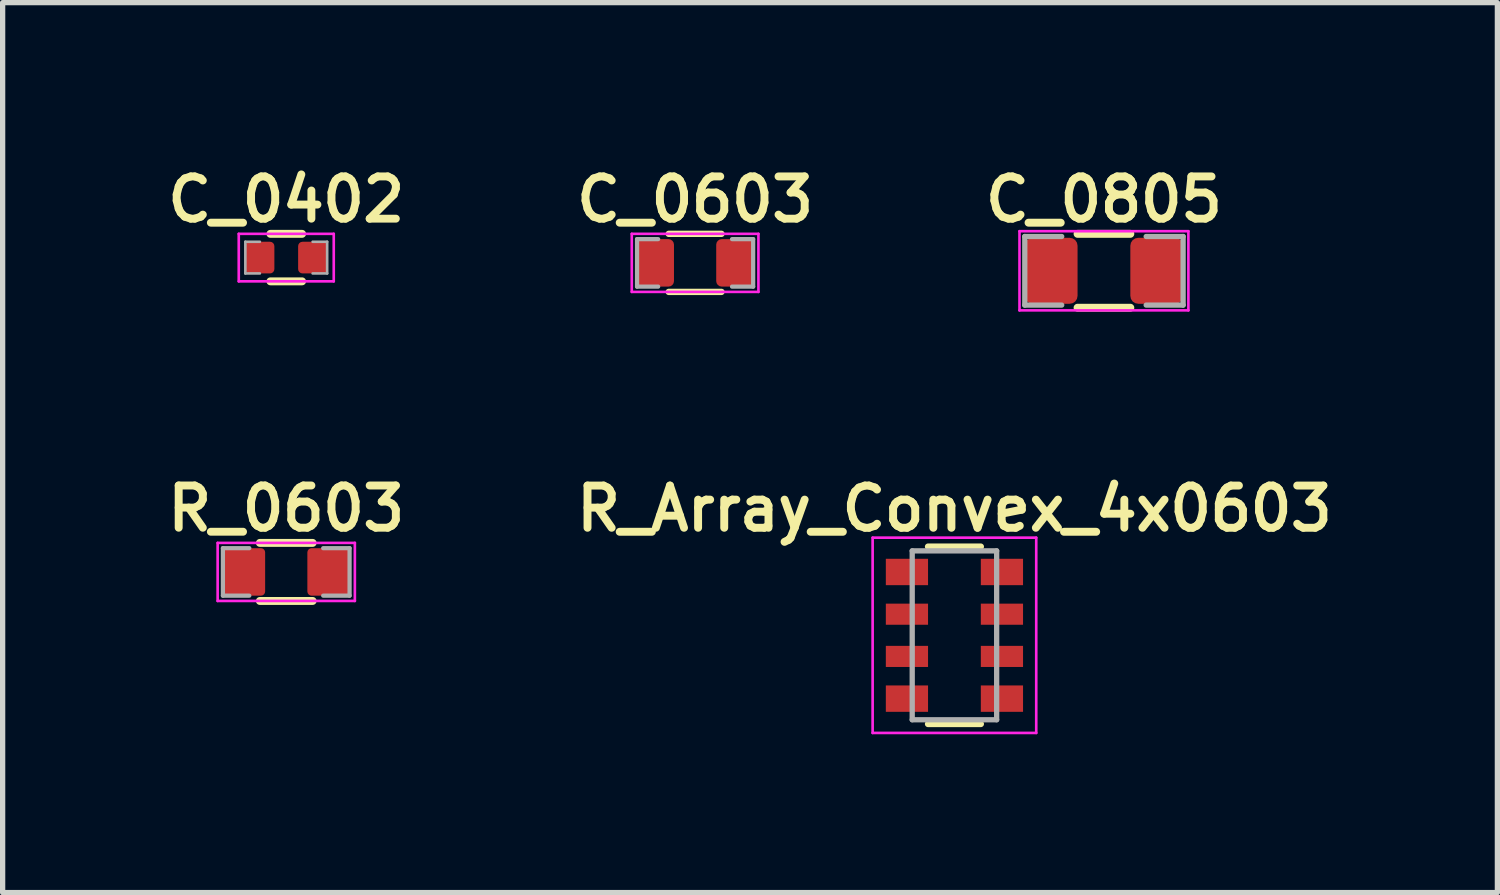
<source format=kicad_pcb>
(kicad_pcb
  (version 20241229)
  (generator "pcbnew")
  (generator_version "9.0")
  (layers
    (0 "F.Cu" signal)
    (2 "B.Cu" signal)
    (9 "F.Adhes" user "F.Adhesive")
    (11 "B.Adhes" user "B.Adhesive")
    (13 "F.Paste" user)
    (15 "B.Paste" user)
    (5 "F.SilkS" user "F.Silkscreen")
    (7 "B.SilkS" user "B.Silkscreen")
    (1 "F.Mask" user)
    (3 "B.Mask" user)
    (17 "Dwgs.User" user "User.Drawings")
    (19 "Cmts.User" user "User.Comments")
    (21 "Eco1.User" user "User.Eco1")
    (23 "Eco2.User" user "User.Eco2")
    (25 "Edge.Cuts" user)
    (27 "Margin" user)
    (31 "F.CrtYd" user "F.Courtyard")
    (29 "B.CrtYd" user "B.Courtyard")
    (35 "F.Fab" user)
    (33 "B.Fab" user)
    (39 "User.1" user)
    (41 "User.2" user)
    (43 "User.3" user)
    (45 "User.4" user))
  (footprint "C_0805"
    (layer "F.Cu")
    (at 17.868 2.081)
    (property "Reference" "C_0805" (at 0 -1.35 0) (layer "F.SilkS") (effects (font (size 0.8 0.8) (thickness 0.15))))
    (attr smd)
    (fp_line (start -0.5 0.7) (end 0.5 0.7) (stroke (width 0.15) (type solid)) (layer "F.SilkS"))
    (fp_line (start 0.5 -0.7) (end -0.5 -0.7) (stroke (width 0.15) (type solid)) (layer "F.SilkS"))
    (fp_line (start -1.6 -0.75) (end -1.6 0.75) (stroke (width 0.05) (type solid)) (layer "F.CrtYd"))
    (fp_line (start -1.6 -0.75) (end 1.6 -0.75) (stroke (width 0.05) (type solid)) (layer "F.CrtYd"))
    (fp_line (start 1.6 0.75) (end -1.6 0.75) (stroke (width 0.05) (type solid)) (layer "F.CrtYd"))
    (fp_line (start 1.6 0.75) (end 1.6 -0.75) (stroke (width 0.05) (type solid)) (layer "F.CrtYd"))
    (fp_line (start -1.5 -0.65) (end -0.8 -0.65) (stroke (width 0.1) (type solid)) (layer "F.Fab"))
    (fp_line (start -1.5 0.65) (end -1.5 -0.65) (stroke (width 0.1) (type solid)) (layer "F.Fab"))
    (fp_line (start -0.8 0.65) (end -1.5 0.65) (stroke (width 0.1) (type solid)) (layer "F.Fab"))
    (fp_line (start 0.8 -0.65) (end 1.5 -0.65) (stroke (width 0.1) (type solid)) (layer "F.Fab"))
    (fp_line (start 1.5 -0.65) (end 1.5 0.65) (stroke (width 0.1) (type solid)) (layer "F.Fab"))
    (fp_line (start 1.5 0.65) (end 0.8 0.65) (stroke (width 0.1) (type solid)) (layer "F.Fab"))
    (pad "1" smd roundrect (at -1 0) (size 1 1.25) (layers "F.Cu" "F.Mask" "F.Paste") (roundrect_rratio 0.15))
    (pad "2" smd roundrect (at 1 0) (size 1 1.25) (layers "F.Cu" "F.Mask" "F.Paste") (roundrect_rratio 0.15)))
  (footprint "C_0603"
    (layer "F.Cu")
    (at 10.121 1.931)
    (property "Reference" "C_0603" (at 0 -1.2 0) (layer "F.SilkS") (effects (font (size 0.8 0.8) (thickness 0.15))))
    (attr smd)
    (fp_line (start -0.5 -0.55) (end 0.5 -0.55) (stroke (width 0.12) (type solid)) (layer "F.SilkS"))
    (fp_line (start 0.5 0.55) (end -0.5 0.55) (stroke (width 0.12) (type solid)) (layer "F.SilkS"))
    (fp_line (start -1.2 -0.55) (end -1.2 0.55) (stroke (width 0.05) (type solid)) (layer "F.CrtYd"))
    (fp_line (start -1.2 -0.55) (end 1.2 -0.55) (stroke (width 0.05) (type solid)) (layer "F.CrtYd"))
    (fp_line (start -1.2 0.55) (end 1.2 0.55) (stroke (width 0.05) (type solid)) (layer "F.CrtYd"))
    (fp_line (start 1.2 0.55) (end 1.2 -0.55) (stroke (width 0.05) (type solid)) (layer "F.CrtYd"))
    (fp_line (start -1.1 0.45) (end -1.1 -0.45) (stroke (width 0.08) (type solid)) (layer "F.Fab"))
    (fp_line (start -0.7 -0.45) (end -1.1 -0.45) (stroke (width 0.08) (type solid)) (layer "F.Fab"))
    (fp_line (start -0.7 0.45) (end -1.1 0.45) (stroke (width 0.08) (type solid)) (layer "F.Fab"))
    (fp_line (start 0.7 -0.45) (end 1.1 -0.45) (stroke (width 0.08) (type solid)) (layer "F.Fab"))
    (fp_line (start 0.7 0.45) (end 1.1 0.45) (stroke (width 0.08) (type solid)) (layer "F.Fab"))
    (fp_line (start 1.1 -0.45) (end 1.1 0.45) (stroke (width 0.08) (type solid)) (layer "F.Fab"))
    (pad "1" smd roundrect (at -0.75 0) (size 0.7 0.9) (layers "F.Cu" "F.Mask" "F.Paste") (roundrect_rratio 0.15))
    (pad "2" smd roundrect (at 0.75 0) (size 0.7 0.9) (layers "F.Cu" "F.Mask" "F.Paste") (roundrect_rratio 0.15)))
  (footprint "C_0402"
    (layer "F.Cu")
    (at 2.374 1.831)
    (property "Reference" "C_0402" (at 0 -1.1 0) (layer "F.SilkS") (effects (font (size 0.8 0.8) (thickness 0.15))))
    (attr smd)
    (fp_line (start -0.3 0.45) (end 0.3 0.45) (stroke (width 0.15) (type solid)) (layer "F.SilkS"))
    (fp_line (start 0.3 -0.45) (end -0.3 -0.45) (stroke (width 0.15) (type solid)) (layer "F.SilkS"))
    (fp_line (start -0.9 -0.45) (end -0.9 0.45) (stroke (width 0.05) (type solid)) (layer "F.CrtYd"))
    (fp_line (start -0.9 -0.45) (end 0.9 -0.45) (stroke (width 0.05) (type solid)) (layer "F.CrtYd"))
    (fp_line (start 0.9 0.45) (end -0.9 0.45) (stroke (width 0.05) (type solid)) (layer "F.CrtYd"))
    (fp_line (start 0.9 0.45) (end 0.9 -0.45) (stroke (width 0.05) (type solid)) (layer "F.CrtYd"))
    (fp_line (start -0.775 -0.3) (end -0.775 0.3) (stroke (width 0.05) (type solid)) (layer "F.Fab"))
    (fp_line (start -0.5 -0.3) (end -0.775 -0.3) (stroke (width 0.05) (type solid)) (layer "F.Fab"))
    (fp_line (start -0.5 0.3) (end -0.775 0.3) (stroke (width 0.05) (type solid)) (layer "F.Fab"))
    (fp_line (start 0.5 -0.3) (end 0.775 -0.3) (stroke (width 0.05) (type solid)) (layer "F.Fab"))
    (fp_line (start 0.5 0.3) (end 0.775 0.3) (stroke (width 0.05) (type solid)) (layer "F.Fab"))
    (fp_line (start 0.775 0.3) (end 0.775 -0.3) (stroke (width 0.05) (type solid)) (layer "F.Fab"))
    (pad "1" smd roundrect (at -0.5 0) (size 0.55 0.6) (layers "F.Cu" "F.Mask" "F.Paste") (roundrect_rratio 0.15))
    (pad "2" smd roundrect (at 0.5 0) (size 0.55 0.6) (layers "F.Cu" "F.Mask" "F.Paste") (roundrect_rratio 0.15)))
  (footprint "R_Array_Convex_4x0603"
    (layer "F.Cu")
    (at 15.035 8.988)
    (property "Reference" "R_Array_Convex_4x0603" (at 0 -2.4 0) (layer "F.SilkS") (effects (font (size 0.8 0.8) (thickness 0.15))))
    (attr smd)
    (fp_line (start 0.5 -1.68) (end -0.5 -1.68) (stroke (width 0.12) (type solid)) (layer "F.SilkS"))
    (fp_line (start 0.5 1.68) (end -0.5 1.68) (stroke (width 0.12) (type solid)) (layer "F.SilkS"))
    (fp_line (start -1.55 -1.85) (end -1.55 1.85) (stroke (width 0.05) (type solid)) (layer "F.CrtYd"))
    (fp_line (start -1.55 -1.85) (end 1.55 -1.85) (stroke (width 0.05) (type solid)) (layer "F.CrtYd"))
    (fp_line (start 1.55 1.85) (end -1.55 1.85) (stroke (width 0.05) (type solid)) (layer "F.CrtYd"))
    (fp_line (start 1.55 1.85) (end 1.55 -1.85) (stroke (width 0.05) (type solid)) (layer "F.CrtYd"))
    (fp_line (start -0.8 -1.6) (end 0.8 -1.6) (stroke (width 0.1) (type solid)) (layer "F.Fab"))
    (fp_line (start -0.8 1.6) (end -0.8 -1.6) (stroke (width 0.1) (type solid)) (layer "F.Fab"))
    (fp_line (start 0.8 -1.6) (end 0.8 1.6) (stroke (width 0.1) (type solid)) (layer "F.Fab"))
    (fp_line (start 0.8 1.6) (end -0.8 1.6) (stroke (width 0.1) (type solid)) (layer "F.Fab"))
    (pad "1" smd rect (at -0.9 -1.2) (size 0.8 0.5) (layers "F.Cu" "F.Mask" "F.Paste"))
    (pad "2" smd rect (at -0.9 -0.4) (size 0.8 0.4) (layers "F.Cu" "F.Mask" "F.Paste"))
    (pad "3" smd rect (at -0.9 0.4) (size 0.8 0.4) (layers "F.Cu" "F.Mask" "F.Paste"))
    (pad "4" smd rect (at -0.9 1.2) (size 0.8 0.5) (layers "F.Cu" "F.Mask" "F.Paste"))
    (pad "5" smd rect (at 0.9 1.2) (size 0.8 0.5) (layers "F.Cu" "F.Mask" "F.Paste"))
    (pad "6" smd rect (at 0.9 0.4) (size 0.8 0.4) (layers "F.Cu" "F.Mask" "F.Paste"))
    (pad "7" smd rect (at 0.9 -0.4) (size 0.8 0.4) (layers "F.Cu" "F.Mask" "F.Paste"))
    (pad "8" smd rect (at 0.9 -1.2) (size 0.8 0.5) (layers "F.Cu" "F.Mask" "F.Paste")))
  (footprint "R_0603"
    (layer "F.Cu")
    (at 2.374 7.787)
    (property "Reference" "R_0603" (at 0 -1.2 0) (layer "F.SilkS") (effects (font (size 0.8 0.8) (thickness 0.15))))
    (attr smd)
    (fp_line (start -0.5 -0.55) (end 0.5 -0.55) (stroke (width 0.15) (type solid)) (layer "F.SilkS"))
    (fp_line (start 0.5 0.55) (end -0.5 0.55) (stroke (width 0.15) (type solid)) (layer "F.SilkS"))
    (fp_line (start -1.3 -0.55) (end -1.3 0.55) (stroke (width 0.05) (type solid)) (layer "F.CrtYd"))
    (fp_line (start -1.3 -0.55) (end 1.3 -0.55) (stroke (width 0.05) (type solid)) (layer "F.CrtYd"))
    (fp_line (start -1.3 0.55) (end 1.3 0.55) (stroke (width 0.05) (type solid)) (layer "F.CrtYd"))
    (fp_line (start 1.3 0.55) (end 1.3 -0.55) (stroke (width 0.05) (type solid)) (layer "F.CrtYd"))
    (fp_line (start -1.2 0.45) (end -1.2 -0.45) (stroke (width 0.08) (type solid)) (layer "F.Fab"))
    (fp_line (start -0.7 -0.45) (end -1.2 -0.45) (stroke (width 0.08) (type solid)) (layer "F.Fab"))
    (fp_line (start -0.7 0.45) (end -1.2 0.45) (stroke (width 0.08) (type solid)) (layer "F.Fab"))
    (fp_line (start 0.7 -0.45) (end 1.2 -0.45) (stroke (width 0.08) (type solid)) (layer "F.Fab"))
    (fp_line (start 0.7 0.45) (end 1.2 0.45) (stroke (width 0.08) (type solid)) (layer "F.Fab"))
    (fp_line (start 1.2 -0.45) (end 1.2 0.45) (stroke (width 0.08) (type solid)) (layer "F.Fab"))
    (pad "1" smd roundrect (at -0.8 0) (size 0.8 0.9) (layers "F.Cu" "F.Mask" "F.Paste") (roundrect_rratio 0.1))
    (pad "2" smd roundrect (at 0.8 0) (size 0.8 0.9) (layers "F.Cu" "F.Mask" "F.Paste") (roundrect_rratio 0.1)))
  (gr_rect
    (start -3 -3)
    (end 25.323 13.863)
    (stroke (width 0.1) (type default))
    (fill no)
    (layer "Edge.Cuts")))
</source>
